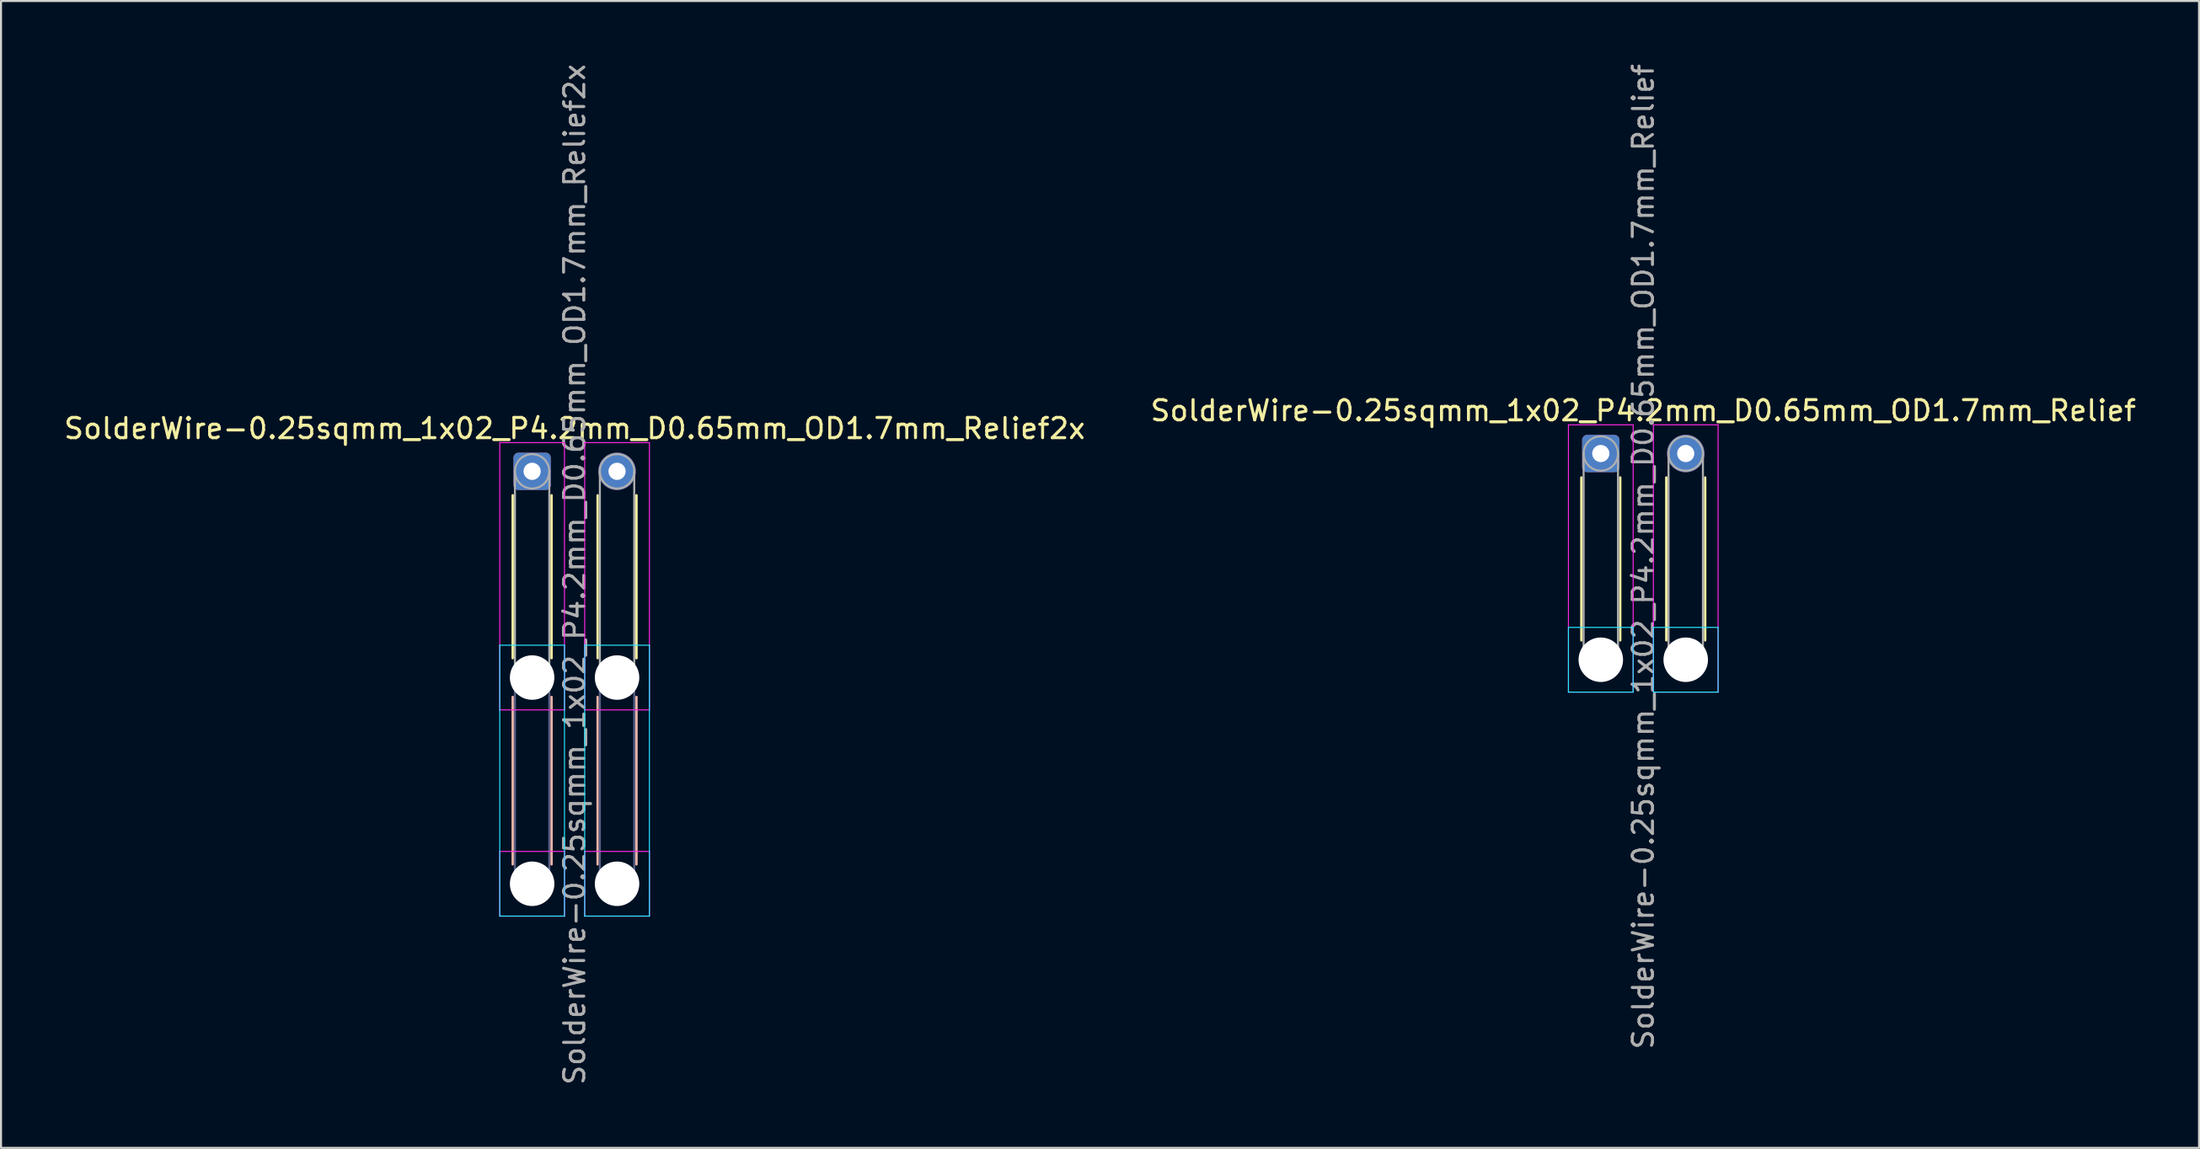
<source format=kicad_pcb>
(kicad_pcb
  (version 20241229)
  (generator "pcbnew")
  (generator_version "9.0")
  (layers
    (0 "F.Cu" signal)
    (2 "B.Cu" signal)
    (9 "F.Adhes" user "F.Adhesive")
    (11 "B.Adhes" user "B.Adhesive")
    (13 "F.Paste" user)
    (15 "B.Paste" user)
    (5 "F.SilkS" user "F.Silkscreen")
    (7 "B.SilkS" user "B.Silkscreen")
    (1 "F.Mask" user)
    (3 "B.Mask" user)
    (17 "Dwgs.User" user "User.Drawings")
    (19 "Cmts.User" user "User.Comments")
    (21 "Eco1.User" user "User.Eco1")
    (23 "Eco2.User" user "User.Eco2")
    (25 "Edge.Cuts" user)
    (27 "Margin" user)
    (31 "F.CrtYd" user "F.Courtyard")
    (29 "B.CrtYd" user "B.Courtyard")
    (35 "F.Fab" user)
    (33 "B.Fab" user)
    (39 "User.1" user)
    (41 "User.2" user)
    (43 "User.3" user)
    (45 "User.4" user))
  (footprint "SolderWire-0.25sqmm_1x02_P4.2mm_D0.65mm_OD1.7mm_Relief"
    (layer "F.Cu")
    (at 76.108 19.382)
    (property "Reference" "SolderWire-0.25sqmm_1x02_P4.2mm_D0.65mm_OD1.7mm_Relief" (at 2.1 -2.12 0) (layer "F.SilkS") (effects (font (size 1 1) (thickness 0.15))))
    (attr exclude_from_pos_files exclude_from_bom)
    (fp_line (start -0.96 1.185) (end -0.96 9.24) (stroke (width 0.12) (type solid)) (layer "F.SilkS"))
    (fp_line (start 0.96 1.185) (end 0.96 9.24) (stroke (width 0.12) (type solid)) (layer "F.SilkS"))
    (fp_line (start 3.24 1.185) (end 3.24 9.24) (stroke (width 0.12) (type solid)) (layer "F.SilkS"))
    (fp_line (start 5.16 1.185) (end 5.16 9.24) (stroke (width 0.12) (type solid)) (layer "F.SilkS"))
    (fp_line (start -1.6 8.6) (end -1.6 11.8) (stroke (width 0.05) (type solid)) (layer "B.CrtYd"))
    (fp_line (start -1.6 11.8) (end 1.6 11.8) (stroke (width 0.05) (type solid)) (layer "B.CrtYd"))
    (fp_line (start 1.6 8.6) (end -1.6 8.6) (stroke (width 0.05) (type solid)) (layer "B.CrtYd"))
    (fp_line (start 1.6 11.8) (end 1.6 8.6) (stroke (width 0.05) (type solid)) (layer "B.CrtYd"))
    (fp_line (start 2.6 8.6) (end 2.6 11.8) (stroke (width 0.05) (type solid)) (layer "B.CrtYd"))
    (fp_line (start 2.6 11.8) (end 5.8 11.8) (stroke (width 0.05) (type solid)) (layer "B.CrtYd"))
    (fp_line (start 5.8 8.6) (end 2.6 8.6) (stroke (width 0.05) (type solid)) (layer "B.CrtYd"))
    (fp_line (start 5.8 11.8) (end 5.8 8.6) (stroke (width 0.05) (type solid)) (layer "B.CrtYd"))
    (fp_line (start -1.6 -1.42) (end -1.6 11.8) (stroke (width 0.05) (type solid)) (layer "F.CrtYd"))
    (fp_line (start -1.6 11.8) (end 1.6 11.8) (stroke (width 0.05) (type solid)) (layer "F.CrtYd"))
    (fp_line (start 1.6 -1.42) (end -1.6 -1.42) (stroke (width 0.05) (type solid)) (layer "F.CrtYd"))
    (fp_line (start 1.6 11.8) (end 1.6 -1.42) (stroke (width 0.05) (type solid)) (layer "F.CrtYd"))
    (fp_line (start 2.6 -1.42) (end 2.6 11.8) (stroke (width 0.05) (type solid)) (layer "F.CrtYd"))
    (fp_line (start 2.6 11.8) (end 5.8 11.8) (stroke (width 0.05) (type solid)) (layer "F.CrtYd"))
    (fp_line (start 5.8 -1.42) (end 2.6 -1.42) (stroke (width 0.05) (type solid)) (layer "F.CrtYd"))
    (fp_line (start 5.8 11.8) (end 5.8 -1.42) (stroke (width 0.05) (type solid)) (layer "F.CrtYd"))
    (fp_line (start -0.85 0) (end -0.85 10.2) (stroke (width 0.1) (type solid)) (layer "F.Fab"))
    (fp_line (start 0.85 0) (end 0.85 10.2) (stroke (width 0.1) (type solid)) (layer "F.Fab"))
    (fp_line (start 3.35 0) (end 3.35 10.2) (stroke (width 0.1) (type solid)) (layer "F.Fab"))
    (fp_line (start 5.05 0) (end 5.05 10.2) (stroke (width 0.1) (type solid)) (layer "F.Fab"))
    (fp_circle (center 0 0) (end 0.85 0) (stroke (width 0.1) (type solid)) (fill no) (layer "F.Fab"))
    (fp_circle (center 0 10.2) (end 0.85 10.2) (stroke (width 0.1) (type solid)) (fill no) (layer "F.Fab"))
    (fp_circle (center 4.2 0) (end 5.05 0) (stroke (width 0.1) (type solid)) (fill no) (layer "F.Fab"))
    (fp_circle (center 4.2 10.2) (end 5.05 10.2) (stroke (width 0.1) (type solid)) (fill no) (layer "F.Fab"))
    (fp_text user "${REFERENCE}" (at 2.1 5.1 90) (layer "F.Fab") (effects (font (size 1 1) (thickness 0.15))))
    (pad "" np_thru_hole circle (at 0 10.2) (size 2.2 2.2) (drill 2.2) (layers "*.Cu" "*.Mask"))
    (pad "" np_thru_hole circle (at 4.2 10.2) (size 2.2 2.2) (drill 2.2) (layers "*.Cu" "*.Mask"))
    (pad "1" thru_hole roundrect (at 0 0) (size 1.85 1.85) (drill 0.85) (layers "*.Cu" "*.Mask") (roundrect_rratio 0.135))
    (pad "2" thru_hole circle (at 4.2 0) (size 1.85 1.85) (drill 0.85) (layers "*.Cu" "*.Mask")))
  (footprint "SolderWire-0.25sqmm_1x02_P4.2mm_D0.65mm_OD1.7mm_Relief2x"
    (layer "F.Cu")
    (at 23.263 20.263)
    (property "Reference" "SolderWire-0.25sqmm_1x02_P4.2mm_D0.65mm_OD1.7mm_Relief2x" (at 2.1 -2.12 0) (layer "F.SilkS") (effects (font (size 1 1) (thickness 0.15))))
    (attr exclude_from_pos_files exclude_from_bom)
    (fp_line (start -0.96 1.185) (end -0.96 9.24) (stroke (width 0.12) (type solid)) (layer "F.SilkS"))
    (fp_line (start 0.96 1.185) (end 0.96 9.24) (stroke (width 0.12) (type solid)) (layer "F.SilkS"))
    (fp_line (start 3.24 1.185) (end 3.24 9.24) (stroke (width 0.12) (type solid)) (layer "F.SilkS"))
    (fp_line (start 5.16 1.185) (end 5.16 9.24) (stroke (width 0.12) (type solid)) (layer "F.SilkS"))
    (fp_line (start -0.96 11.16) (end -0.96 19.44) (stroke (width 0.12) (type solid)) (layer "B.SilkS"))
    (fp_line (start 0.96 11.16) (end 0.96 19.44) (stroke (width 0.12) (type solid)) (layer "B.SilkS"))
    (fp_line (start 3.24 11.16) (end 3.24 19.44) (stroke (width 0.12) (type solid)) (layer "B.SilkS"))
    (fp_line (start 5.16 11.16) (end 5.16 19.44) (stroke (width 0.12) (type solid)) (layer "B.SilkS"))
    (fp_line (start -1.6 8.6) (end -1.6 22) (stroke (width 0.05) (type solid)) (layer "B.CrtYd"))
    (fp_line (start -1.6 22) (end 1.6 22) (stroke (width 0.05) (type solid)) (layer "B.CrtYd"))
    (fp_line (start 1.6 8.6) (end -1.6 8.6) (stroke (width 0.05) (type solid)) (layer "B.CrtYd"))
    (fp_line (start 1.6 22) (end 1.6 8.6) (stroke (width 0.05) (type solid)) (layer "B.CrtYd"))
    (fp_line (start 2.6 8.6) (end 2.6 22) (stroke (width 0.05) (type solid)) (layer "B.CrtYd"))
    (fp_line (start 2.6 22) (end 5.8 22) (stroke (width 0.05) (type solid)) (layer "B.CrtYd"))
    (fp_line (start 5.8 8.6) (end 2.6 8.6) (stroke (width 0.05) (type solid)) (layer "B.CrtYd"))
    (fp_line (start 5.8 22) (end 5.8 8.6) (stroke (width 0.05) (type solid)) (layer "B.CrtYd"))
    (fp_line (start -1.6 -1.42) (end -1.6 11.8) (stroke (width 0.05) (type solid)) (layer "F.CrtYd"))
    (fp_line (start -1.6 11.8) (end 1.6 11.8) (stroke (width 0.05) (type solid)) (layer "F.CrtYd"))
    (fp_line (start -1.6 18.8) (end -1.6 22) (stroke (width 0.05) (type solid)) (layer "F.CrtYd"))
    (fp_line (start -1.6 22) (end 1.6 22) (stroke (width 0.05) (type solid)) (layer "F.CrtYd"))
    (fp_line (start 1.6 -1.42) (end -1.6 -1.42) (stroke (width 0.05) (type solid)) (layer "F.CrtYd"))
    (fp_line (start 1.6 11.8) (end 1.6 -1.42) (stroke (width 0.05) (type solid)) (layer "F.CrtYd"))
    (fp_line (start 1.6 18.8) (end -1.6 18.8) (stroke (width 0.05) (type solid)) (layer "F.CrtYd"))
    (fp_line (start 1.6 22) (end 1.6 18.8) (stroke (width 0.05) (type solid)) (layer "F.CrtYd"))
    (fp_line (start 2.6 -1.42) (end 2.6 11.8) (stroke (width 0.05) (type solid)) (layer "F.CrtYd"))
    (fp_line (start 2.6 11.8) (end 5.8 11.8) (stroke (width 0.05) (type solid)) (layer "F.CrtYd"))
    (fp_line (start 2.6 18.8) (end 2.6 22) (stroke (width 0.05) (type solid)) (layer "F.CrtYd"))
    (fp_line (start 2.6 22) (end 5.8 22) (stroke (width 0.05) (type solid)) (layer "F.CrtYd"))
    (fp_line (start 5.8 -1.42) (end 2.6 -1.42) (stroke (width 0.05) (type solid)) (layer "F.CrtYd"))
    (fp_line (start 5.8 11.8) (end 5.8 -1.42) (stroke (width 0.05) (type solid)) (layer "F.CrtYd"))
    (fp_line (start 5.8 18.8) (end 2.6 18.8) (stroke (width 0.05) (type solid)) (layer "F.CrtYd"))
    (fp_line (start 5.8 22) (end 5.8 18.8) (stroke (width 0.05) (type solid)) (layer "F.CrtYd"))
    (fp_line (start -0.85 10.2) (end -0.85 20.4) (stroke (width 0.1) (type solid)) (layer "B.Fab"))
    (fp_line (start 0.85 10.2) (end 0.85 20.4) (stroke (width 0.1) (type solid)) (layer "B.Fab"))
    (fp_line (start 3.35 10.2) (end 3.35 20.4) (stroke (width 0.1) (type solid)) (layer "B.Fab"))
    (fp_line (start 5.05 10.2) (end 5.05 20.4) (stroke (width 0.1) (type solid)) (layer "B.Fab"))
    (fp_circle (center 0 10.2) (end 0.85 10.2) (stroke (width 0.1) (type solid)) (fill no) (layer "B.Fab"))
    (fp_circle (center 0 20.4) (end 0.85 20.4) (stroke (width 0.1) (type solid)) (fill no) (layer "B.Fab"))
    (fp_circle (center 4.2 10.2) (end 5.05 10.2) (stroke (width 0.1) (type solid)) (fill no) (layer "B.Fab"))
    (fp_circle (center 4.2 20.4) (end 5.05 20.4) (stroke (width 0.1) (type solid)) (fill no) (layer "B.Fab"))
    (fp_line (start -0.85 0) (end -0.85 10.2) (stroke (width 0.1) (type solid)) (layer "F.Fab"))
    (fp_line (start 0.85 0) (end 0.85 10.2) (stroke (width 0.1) (type solid)) (layer "F.Fab"))
    (fp_line (start 3.35 0) (end 3.35 10.2) (stroke (width 0.1) (type solid)) (layer "F.Fab"))
    (fp_line (start 5.05 0) (end 5.05 10.2) (stroke (width 0.1) (type solid)) (layer "F.Fab"))
    (fp_circle (center 0 0) (end 0.85 0) (stroke (width 0.1) (type solid)) (fill no) (layer "F.Fab"))
    (fp_circle (center 0 10.2) (end 0.85 10.2) (stroke (width 0.1) (type solid)) (fill no) (layer "F.Fab"))
    (fp_circle (center 0 20.4) (end 0.85 20.4) (stroke (width 0.1) (type solid)) (fill no) (layer "F.Fab"))
    (fp_circle (center 4.2 0) (end 5.05 0) (stroke (width 0.1) (type solid)) (fill no) (layer "F.Fab"))
    (fp_circle (center 4.2 10.2) (end 5.05 10.2) (stroke (width 0.1) (type solid)) (fill no) (layer "F.Fab"))
    (fp_circle (center 4.2 20.4) (end 5.05 20.4) (stroke (width 0.1) (type solid)) (fill no) (layer "F.Fab"))
    (fp_text user "${REFERENCE}" (at 2.1 5.1 90) (layer "F.Fab") (effects (font (size 1 1) (thickness 0.15))))
    (pad "" np_thru_hole circle (at 0 10.2) (size 2.2 2.2) (drill 2.2) (layers "*.Cu" "*.Mask"))
    (pad "" np_thru_hole circle (at 0 20.4) (size 2.2 2.2) (drill 2.2) (layers "*.Cu" "*.Mask"))
    (pad "" np_thru_hole circle (at 4.2 10.2) (size 2.2 2.2) (drill 2.2) (layers "*.Cu" "*.Mask"))
    (pad "" np_thru_hole circle (at 4.2 20.4) (size 2.2 2.2) (drill 2.2) (layers "*.Cu" "*.Mask"))
    (pad "1" thru_hole roundrect (at 0 0) (size 1.85 1.85) (drill 0.85) (layers "*.Cu" "*.Mask") (roundrect_rratio 0.135))
    (pad "2" thru_hole circle (at 4.2 0) (size 1.85 1.85) (drill 0.85) (layers "*.Cu" "*.Mask")))
  (gr_rect
    (start -3 -3)
    (end 105.69 53.726)
    (stroke (width 0.1) (type default))
    (fill no)
    (layer "Edge.Cuts")))
</source>
